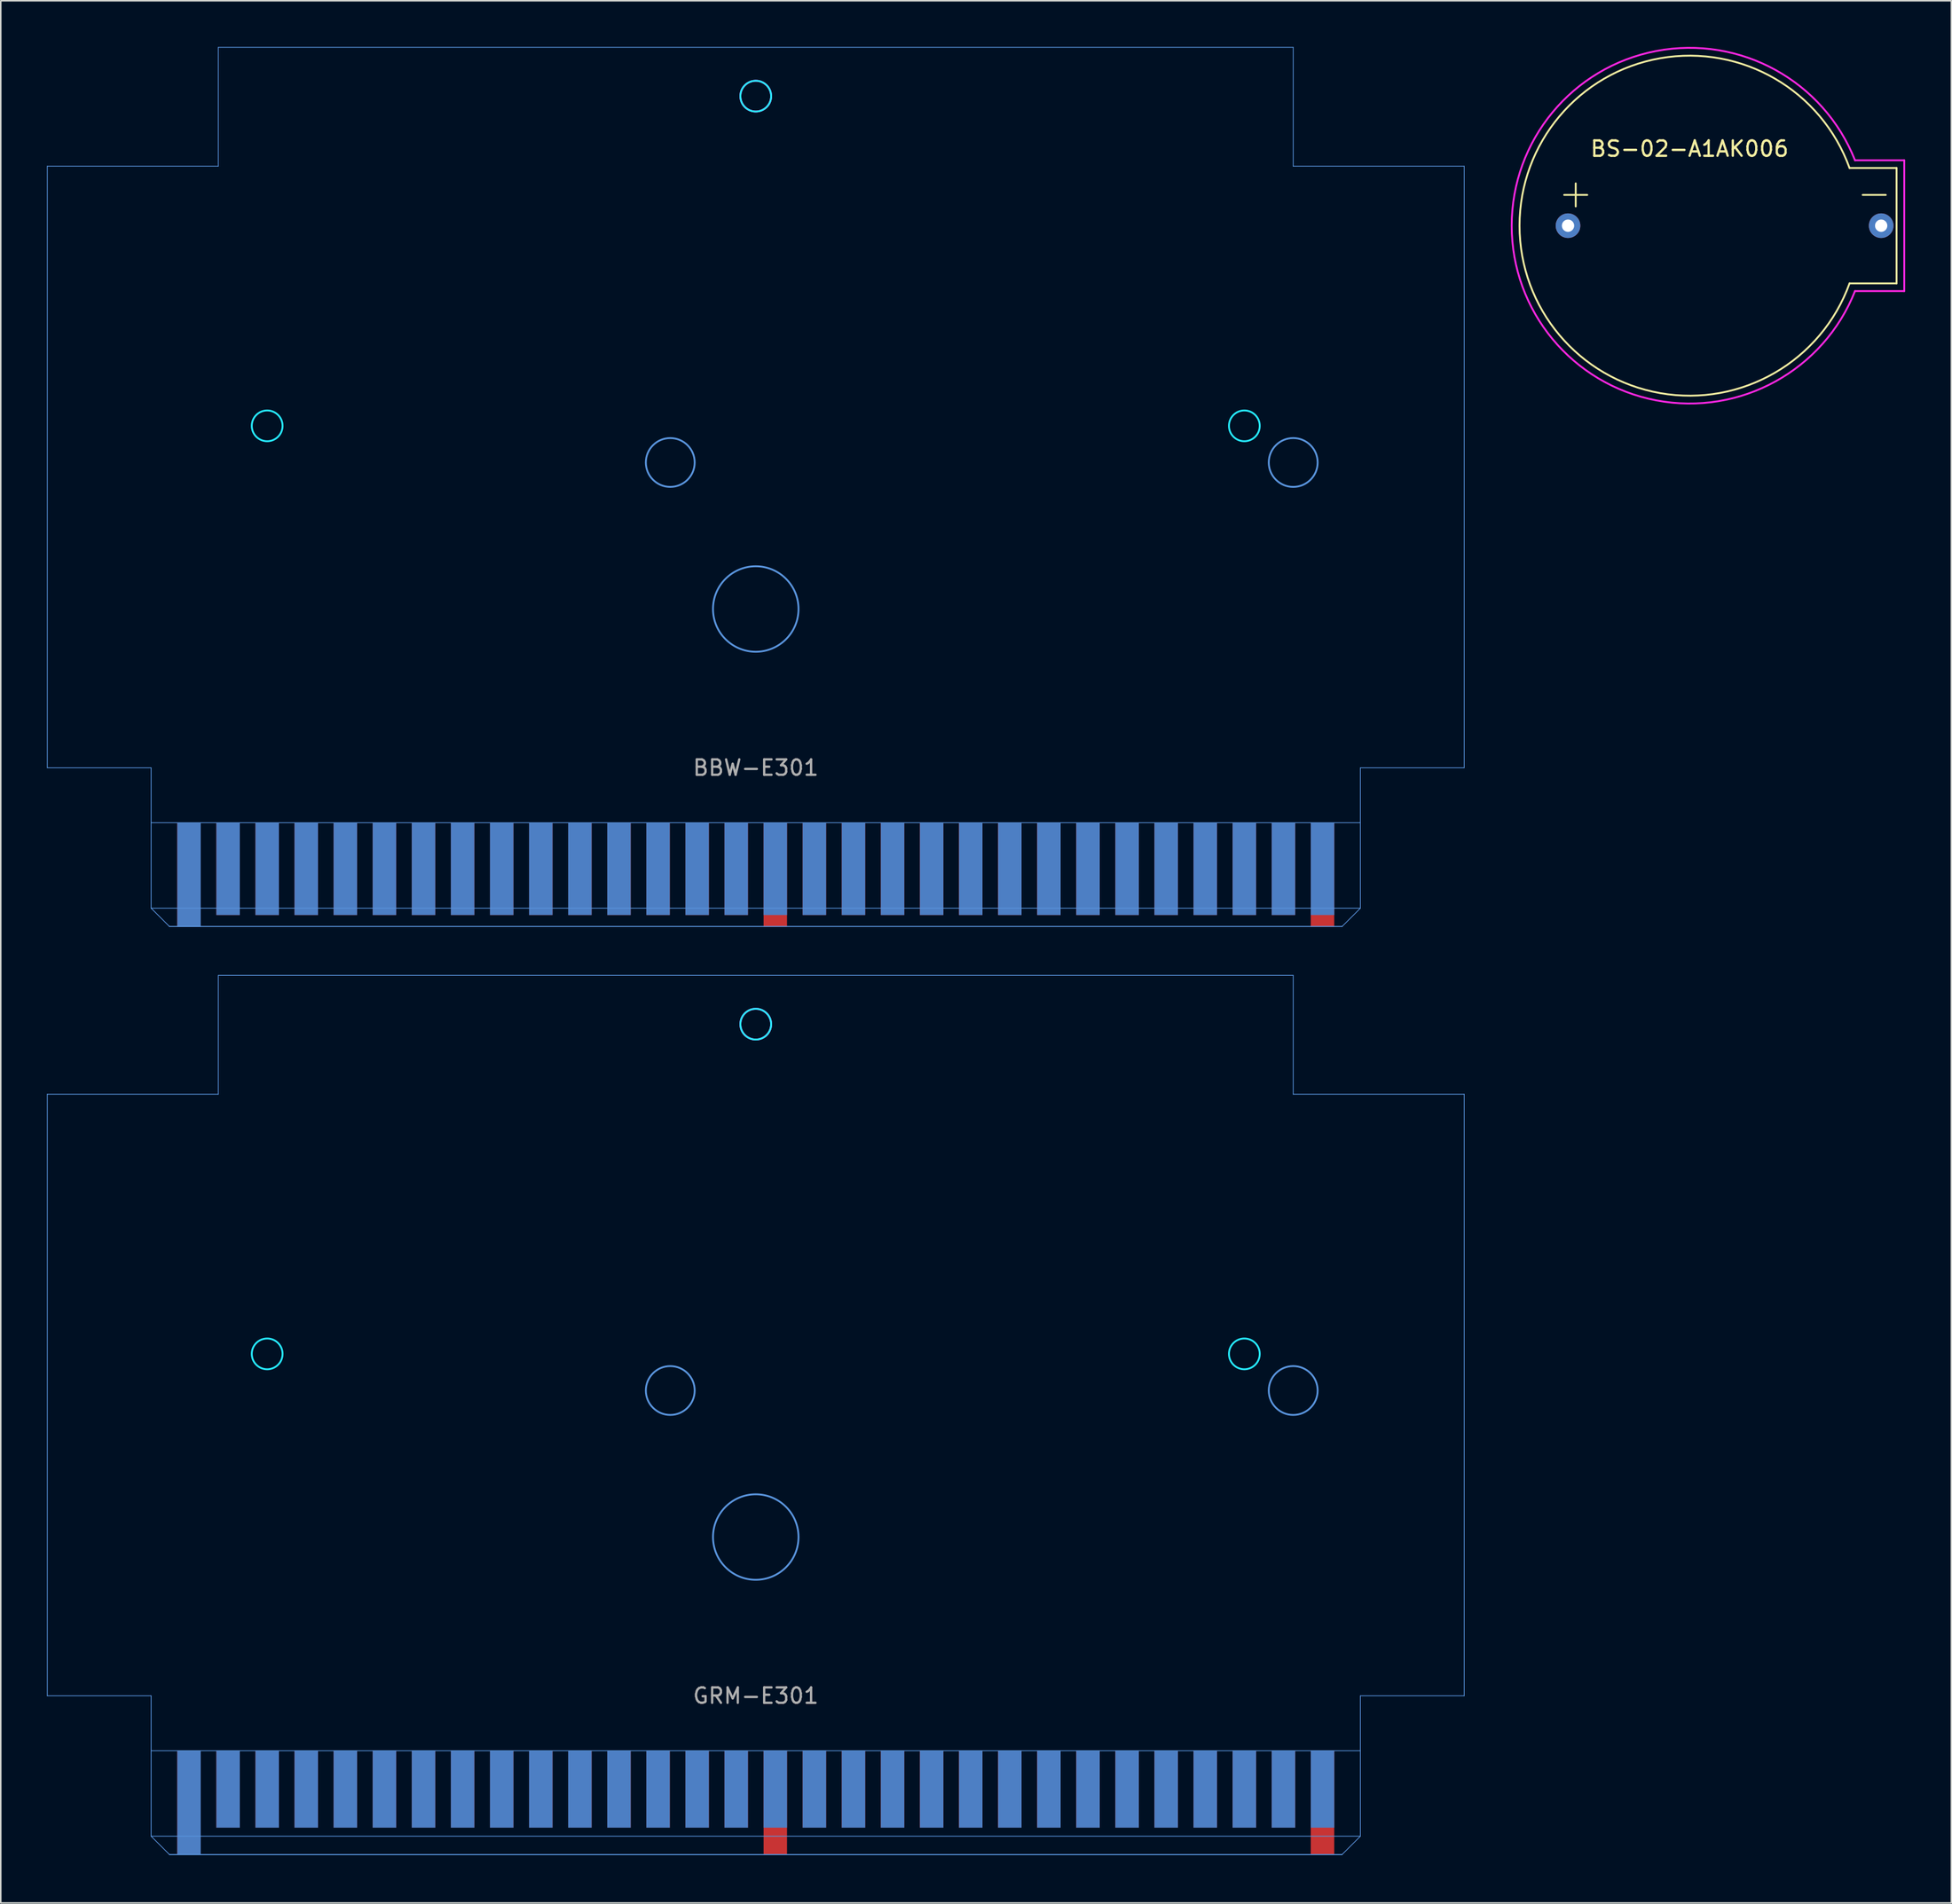
<source format=kicad_pcb>
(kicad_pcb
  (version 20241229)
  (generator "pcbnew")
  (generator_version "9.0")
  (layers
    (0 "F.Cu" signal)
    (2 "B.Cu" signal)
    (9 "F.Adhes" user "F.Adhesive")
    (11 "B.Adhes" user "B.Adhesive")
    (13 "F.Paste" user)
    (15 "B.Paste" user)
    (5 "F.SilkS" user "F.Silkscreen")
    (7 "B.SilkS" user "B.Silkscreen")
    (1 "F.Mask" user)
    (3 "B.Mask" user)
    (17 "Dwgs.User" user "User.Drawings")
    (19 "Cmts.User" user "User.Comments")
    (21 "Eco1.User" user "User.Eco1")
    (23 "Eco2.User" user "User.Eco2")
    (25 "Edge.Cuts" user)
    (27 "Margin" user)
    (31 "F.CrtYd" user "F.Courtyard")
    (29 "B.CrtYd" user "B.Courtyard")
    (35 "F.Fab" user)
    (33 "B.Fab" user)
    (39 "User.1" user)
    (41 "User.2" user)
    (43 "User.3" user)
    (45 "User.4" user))
  (footprint "GRM-E301"
    (layer "F.Cu")
    (at 46.062 107.18)
    (property "Reference" "GRM-E301" (at 0 0 0) (layer "F.Fab") (effects (font (size 1 1) (thickness 0.15))))
    (attr through_hole)
    (fp_poly (pts (xy 39.291 10.319) (xy -39.291 10.319) (xy -39.291 3.572) (xy 39.291 3.572)) (stroke (width 0.298) (type solid)) (fill yes) (layer "F.Mask"))
    (fp_poly (pts (xy 39.291 10.319) (xy -39.291 10.319) (xy -39.291 3.572) (xy 39.291 3.572)) (stroke (width 0.298) (type solid)) (fill yes) (layer "B.Mask"))
    (fp_line (start -46.038 -39.103) (end -34.925 -39.103) (stroke (width 0.05) (type solid)) (layer "Cmts.User"))
    (fp_line (start -46.038 0) (end -46.038 -39.103) (stroke (width 0.05) (type solid)) (layer "Cmts.User"))
    (fp_line (start -46.038 0) (end -39.291 0) (stroke (width 0.05) (type solid)) (layer "Cmts.User"))
    (fp_line (start -39.291 0) (end -39.291 9.128) (stroke (width 0.05) (type solid)) (layer "Cmts.User"))
    (fp_line (start -39.291 3.572) (end 39.291 3.572) (stroke (width 0.05) (type solid)) (layer "Cmts.User"))
    (fp_line (start -39.291 9.128) (end -38.1 10.319) (stroke (width 0.05) (type solid)) (layer "Cmts.User"))
    (fp_line (start -39.291 9.128) (end 39.291 9.128) (stroke (width 0.05) (type solid)) (layer "Cmts.User"))
    (fp_line (start -38.1 10.319) (end 38.1 10.319) (stroke (width 0.05) (type solid)) (layer "Cmts.User"))
    (fp_line (start -38.1 10.319) (end 38.1 10.319) (stroke (width 0.05) (type solid)) (layer "Cmts.User"))
    (fp_line (start -34.925 -46.831) (end -34.925 -39.103) (stroke (width 0.05) (type solid)) (layer "Cmts.User"))
    (fp_line (start 34.925 -46.831) (end -34.925 -46.831) (stroke (width 0.05) (type solid)) (layer "Cmts.User"))
    (fp_line (start 34.925 -46.831) (end 34.925 -39.103) (stroke (width 0.05) (type solid)) (layer "Cmts.User"))
    (fp_line (start 39.291 0) (end 39.291 9.128) (stroke (width 0.05) (type solid)) (layer "Cmts.User"))
    (fp_line (start 39.291 0) (end 46.038 0) (stroke (width 0.05) (type solid)) (layer "Cmts.User"))
    (fp_line (start 39.291 9.128) (end 38.1 10.319) (stroke (width 0.05) (type solid)) (layer "Cmts.User"))
    (fp_line (start 46.038 -39.103) (end 34.925 -39.103) (stroke (width 0.05) (type solid)) (layer "Cmts.User"))
    (fp_line (start 46.038 0) (end 46.038 -39.103) (stroke (width 0.05) (type solid)) (layer "Cmts.User"))
    (fp_circle (center -5.556 -19.844) (end -3.969 -19.844) (stroke (width 0.12) (type solid)) (fill no) (layer "Cmts.User"))
    (fp_circle (center 0 -10.319) (end 2.778 -10.319) (stroke (width 0.12) (type solid)) (fill no) (layer "Cmts.User"))
    (fp_circle (center 34.925 -19.844) (end 36.513 -19.844) (stroke (width 0.12) (type solid)) (fill no) (layer "Cmts.User"))
    (fp_circle (center -31.75 -22.225) (end -30.75 -22.225) (stroke (width 0.12) (type solid)) (fill no) (layer "B.CrtYd"))
    (fp_circle (center 0 -43.656) (end 1 -43.656) (stroke (width 0.12) (type solid)) (fill no) (layer "B.CrtYd"))
    (fp_circle (center 31.75 -22.225) (end 32.75 -22.225) (stroke (width 0.12) (type solid)) (fill no) (layer "B.CrtYd"))
    (fp_circle (center 0 -43.656) (end 1 -43.656) (stroke (width 0.12) (type solid)) (fill no) (layer "F.CrtYd"))
    (fp_text user "" (at 0 0 0) (layer "F.SilkS") (effects (font (size 1.27 1.27) (thickness 0.15))))
    (fp_text user "" (at 0 0 0) (layer "F.SilkS") (effects (font (size 1.27 1.27) (thickness 0.15))))
    (pad "1" connect rect (at -36.83 6.945) (size 1.524 6.747) (layers "F.Cu"))
    (pad "2" connect rect (at -34.29 6.072) (size 1.524 5) (layers "F.Cu"))
    (pad "3" connect rect (at -31.75 6.072) (size 1.524 5) (layers "F.Cu"))
    (pad "4" connect rect (at -29.21 6.072) (size 1.524 5) (layers "F.Cu"))
    (pad "5" connect rect (at -26.67 6.072) (size 1.524 5) (layers "F.Cu"))
    (pad "6" connect rect (at -24.13 6.072) (size 1.524 5) (layers "F.Cu"))
    (pad "7" connect rect (at -21.59 6.072) (size 1.524 5) (layers "F.Cu"))
    (pad "8" connect rect (at -19.05 6.072) (size 1.524 5) (layers "F.Cu"))
    (pad "9" connect rect (at -16.51 6.072) (size 1.524 5) (layers "F.Cu"))
    (pad "10" connect rect (at -13.97 6.072) (size 1.524 5) (layers "F.Cu"))
    (pad "11" connect rect (at -11.43 6.072) (size 1.524 5) (layers "F.Cu"))
    (pad "12" connect rect (at -8.89 6.072) (size 1.524 5) (layers "F.Cu"))
    (pad "13" connect rect (at -6.35 6.072) (size 1.524 5) (layers "F.Cu"))
    (pad "14" connect rect (at -3.81 6.072) (size 1.524 5) (layers "F.Cu"))
    (pad "15" connect rect (at -1.27 6.072) (size 1.524 5) (layers "F.Cu"))
    (pad "16" connect rect (at 1.27 6.945) (size 1.524 6.747) (layers "F.Cu"))
    (pad "17" connect rect (at 3.81 6.072) (size 1.524 5) (layers "F.Cu"))
    (pad "18" connect rect (at 6.35 6.072) (size 1.524 5) (layers "F.Cu"))
    (pad "19" connect rect (at 8.89 6.072) (size 1.524 5) (layers "F.Cu"))
    (pad "20" connect rect (at 11.43 6.072) (size 1.524 5) (layers "F.Cu"))
    (pad "21" connect rect (at 13.97 6.072) (size 1.524 5) (layers "F.Cu"))
    (pad "22" connect rect (at 16.51 6.072) (size 1.524 5) (layers "F.Cu"))
    (pad "23" connect rect (at 19.05 6.072) (size 1.524 5) (layers "F.Cu"))
    (pad "24" connect rect (at 21.59 6.072) (size 1.524 5) (layers "F.Cu"))
    (pad "25" connect rect (at 24.13 6.072) (size 1.524 5) (layers "F.Cu"))
    (pad "26" connect rect (at 26.67 6.072) (size 1.524 5) (layers "F.Cu"))
    (pad "27" connect rect (at 29.21 6.072) (size 1.524 5) (layers "F.Cu"))
    (pad "28" connect rect (at 31.75 6.072) (size 1.524 5) (layers "F.Cu"))
    (pad "29" connect rect (at 34.29 6.072) (size 1.524 5) (layers "F.Cu"))
    (pad "30" connect rect (at 36.83 6.945) (size 1.524 6.747) (layers "F.Cu"))
    (pad "31" connect rect (at -36.83 6.945) (size 1.524 6.747) (layers "B.Cu"))
    (pad "32" connect rect (at -34.29 6.072) (size 1.524 5) (layers "B.Cu"))
    (pad "33" connect rect (at -31.75 6.072) (size 1.524 5) (layers "B.Cu"))
    (pad "34" connect rect (at -29.21 6.072) (size 1.524 5) (layers "B.Cu"))
    (pad "35" connect rect (at -26.67 6.072) (size 1.524 5) (layers "B.Cu"))
    (pad "36" connect rect (at -24.13 6.072) (size 1.524 5) (layers "B.Cu"))
    (pad "37" connect rect (at -21.59 6.072) (size 1.524 5) (layers "B.Cu"))
    (pad "38" connect rect (at -19.05 6.072) (size 1.524 5) (layers "B.Cu"))
    (pad "39" connect rect (at -16.51 6.072) (size 1.524 5) (layers "B.Cu"))
    (pad "40" connect rect (at -13.97 6.072) (size 1.524 5) (layers "B.Cu"))
    (pad "41" connect rect (at -11.43 6.072) (size 1.524 5) (layers "B.Cu"))
    (pad "42" connect rect (at -8.89 6.072) (size 1.524 5) (layers "B.Cu"))
    (pad "43" connect rect (at -6.35 6.072) (size 1.524 5) (layers "B.Cu"))
    (pad "44" connect rect (at -3.81 6.072) (size 1.524 5) (layers "B.Cu"))
    (pad "45" connect rect (at -1.27 6.072) (size 1.524 5) (layers "B.Cu"))
    (pad "46" connect rect (at 1.27 6.072) (size 1.524 5) (layers "B.Cu"))
    (pad "47" connect rect (at 3.81 6.072) (size 1.524 5) (layers "B.Cu"))
    (pad "48" connect rect (at 6.35 6.072) (size 1.524 5) (layers "B.Cu"))
    (pad "49" connect rect (at 8.89 6.072) (size 1.524 5) (layers "B.Cu"))
    (pad "50" connect rect (at 11.43 6.072) (size 1.524 5) (layers "B.Cu"))
    (pad "51" connect rect (at 13.97 6.072) (size 1.524 5) (layers "B.Cu"))
    (pad "52" connect rect (at 16.51 6.072) (size 1.524 5) (layers "B.Cu"))
    (pad "53" connect rect (at 19.05 6.072) (size 1.524 5) (layers "B.Cu"))
    (pad "54" connect rect (at 21.59 6.072) (size 1.524 5) (layers "B.Cu"))
    (pad "55" connect rect (at 24.13 6.072) (size 1.524 5) (layers "B.Cu"))
    (pad "56" connect rect (at 26.67 6.072) (size 1.524 5) (layers "B.Cu"))
    (pad "57" connect rect (at 29.21 6.072) (size 1.524 5) (layers "B.Cu"))
    (pad "58" connect rect (at 31.75 6.072) (size 1.524 5) (layers "B.Cu"))
    (pad "59" connect rect (at 34.29 6.072) (size 1.524 5) (layers "B.Cu"))
    (pad "60" connect rect (at 36.83 6.072) (size 1.524 5) (layers "B.Cu")))
  (footprint "BBW-E301"
    (layer "F.Cu")
    (at 46.062 46.856)
    (property "Reference" "BBW-E301" (at 0 0 0) (layer "F.Fab") (effects (font (size 1 1) (thickness 0.15))))
    (attr through_hole)
    (fp_poly (pts (xy 39.291 10.319) (xy -39.291 10.319) (xy -39.291 3.572) (xy 39.291 3.572)) (stroke (width 0.298) (type solid)) (fill yes) (layer "F.Mask"))
    (fp_poly (pts (xy 39.291 10.319) (xy -39.291 10.319) (xy -39.291 3.572) (xy 39.291 3.572)) (stroke (width 0.298) (type solid)) (fill yes) (layer "B.Mask"))
    (fp_line (start -46.038 -39.103) (end -34.925 -39.103) (stroke (width 0.05) (type solid)) (layer "Cmts.User"))
    (fp_line (start -46.038 0) (end -46.038 -39.103) (stroke (width 0.05) (type solid)) (layer "Cmts.User"))
    (fp_line (start -46.038 0) (end -39.291 0) (stroke (width 0.05) (type solid)) (layer "Cmts.User"))
    (fp_line (start -39.291 0) (end -39.291 9.128) (stroke (width 0.05) (type solid)) (layer "Cmts.User"))
    (fp_line (start -39.291 3.572) (end 39.291 3.572) (stroke (width 0.05) (type solid)) (layer "Cmts.User"))
    (fp_line (start -39.291 9.128) (end -38.1 10.319) (stroke (width 0.05) (type solid)) (layer "Cmts.User"))
    (fp_line (start -39.291 9.128) (end 39.291 9.128) (stroke (width 0.05) (type solid)) (layer "Cmts.User"))
    (fp_line (start -38.1 10.319) (end 38.1 10.319) (stroke (width 0.05) (type solid)) (layer "Cmts.User"))
    (fp_line (start -38.1 10.319) (end 38.1 10.319) (stroke (width 0.05) (type solid)) (layer "Cmts.User"))
    (fp_line (start -34.925 -46.831) (end -34.925 -39.103) (stroke (width 0.05) (type solid)) (layer "Cmts.User"))
    (fp_line (start 34.925 -46.831) (end -34.925 -46.831) (stroke (width 0.05) (type solid)) (layer "Cmts.User"))
    (fp_line (start 34.925 -46.831) (end 34.925 -39.103) (stroke (width 0.05) (type solid)) (layer "Cmts.User"))
    (fp_line (start 39.291 0) (end 39.291 9.128) (stroke (width 0.05) (type solid)) (layer "Cmts.User"))
    (fp_line (start 39.291 0) (end 46.038 0) (stroke (width 0.05) (type solid)) (layer "Cmts.User"))
    (fp_line (start 39.291 9.128) (end 38.1 10.319) (stroke (width 0.05) (type solid)) (layer "Cmts.User"))
    (fp_line (start 46.038 -39.103) (end 34.925 -39.103) (stroke (width 0.05) (type solid)) (layer "Cmts.User"))
    (fp_line (start 46.038 0) (end 46.038 -39.103) (stroke (width 0.05) (type solid)) (layer "Cmts.User"))
    (fp_circle (center -5.556 -19.844) (end -3.969 -19.844) (stroke (width 0.12) (type solid)) (fill no) (layer "Cmts.User"))
    (fp_circle (center 0 -10.319) (end 2.778 -10.319) (stroke (width 0.12) (type solid)) (fill no) (layer "Cmts.User"))
    (fp_circle (center 34.925 -19.844) (end 36.513 -19.844) (stroke (width 0.12) (type solid)) (fill no) (layer "Cmts.User"))
    (fp_circle (center -31.75 -22.225) (end -30.75 -22.225) (stroke (width 0.12) (type solid)) (fill no) (layer "B.CrtYd"))
    (fp_circle (center 0 -43.656) (end 1 -43.656) (stroke (width 0.12) (type solid)) (fill no) (layer "B.CrtYd"))
    (fp_circle (center 31.75 -22.225) (end 32.75 -22.225) (stroke (width 0.12) (type solid)) (fill no) (layer "B.CrtYd"))
    (fp_circle (center 0 -43.656) (end 1 -43.656) (stroke (width 0.12) (type solid)) (fill no) (layer "F.CrtYd"))
    (fp_text user "" (at 0 0 0) (layer "F.SilkS") (effects (font (size 1.27 1.27) (thickness 0.15))))
    (fp_text user "" (at 0 0 0) (layer "F.SilkS") (effects (font (size 1.27 1.27) (thickness 0.15))))
    (pad "1" connect rect (at -36.83 6.945) (size 1.524 6.747) (layers "F.Cu"))
    (pad "2" connect rect (at -34.29 6.572) (size 1.524 6) (layers "F.Cu"))
    (pad "3" connect rect (at -31.75 6.572) (size 1.524 6) (layers "F.Cu"))
    (pad "4" connect rect (at -29.21 6.572) (size 1.524 6) (layers "F.Cu"))
    (pad "5" connect rect (at -26.67 6.572) (size 1.524 6) (layers "F.Cu"))
    (pad "6" connect rect (at -24.13 6.572) (size 1.524 6) (layers "F.Cu"))
    (pad "7" connect rect (at -21.59 6.572) (size 1.524 6) (layers "F.Cu"))
    (pad "8" connect rect (at -19.05 6.572) (size 1.524 6) (layers "F.Cu"))
    (pad "9" connect rect (at -16.51 6.572) (size 1.524 6) (layers "F.Cu"))
    (pad "10" connect rect (at -13.97 6.572) (size 1.524 6) (layers "F.Cu"))
    (pad "11" connect rect (at -11.43 6.572) (size 1.524 6) (layers "F.Cu"))
    (pad "12" connect rect (at -8.89 6.572) (size 1.524 6) (layers "F.Cu"))
    (pad "13" connect rect (at -6.35 6.572) (size 1.524 6) (layers "F.Cu"))
    (pad "14" connect rect (at -3.81 6.572) (size 1.524 6) (layers "F.Cu"))
    (pad "15" connect rect (at -1.27 6.572) (size 1.524 6) (layers "F.Cu"))
    (pad "16" connect rect (at 1.27 6.945) (size 1.524 6.747) (layers "F.Cu"))
    (pad "17" connect rect (at 3.81 6.572) (size 1.524 6) (layers "F.Cu"))
    (pad "18" connect rect (at 6.35 6.572) (size 1.524 6) (layers "F.Cu"))
    (pad "19" connect rect (at 8.89 6.572) (size 1.524 6) (layers "F.Cu"))
    (pad "20" connect rect (at 11.43 6.572) (size 1.524 6) (layers "F.Cu"))
    (pad "21" connect rect (at 13.97 6.572) (size 1.524 6) (layers "F.Cu"))
    (pad "22" connect rect (at 16.51 6.572) (size 1.524 6) (layers "F.Cu"))
    (pad "23" connect rect (at 19.05 6.572) (size 1.524 6) (layers "F.Cu"))
    (pad "24" connect rect (at 21.59 6.572) (size 1.524 6) (layers "F.Cu"))
    (pad "25" connect rect (at 24.13 6.572) (size 1.524 6) (layers "F.Cu"))
    (pad "26" connect rect (at 26.67 6.572) (size 1.524 6) (layers "F.Cu"))
    (pad "27" connect rect (at 29.21 6.572) (size 1.524 6) (layers "F.Cu"))
    (pad "28" connect rect (at 31.75 6.572) (size 1.524 6) (layers "F.Cu"))
    (pad "29" connect rect (at 34.29 6.572) (size 1.524 6) (layers "F.Cu"))
    (pad "30" connect rect (at 36.83 6.945) (size 1.524 6.747) (layers "F.Cu"))
    (pad "31" connect rect (at -36.83 6.945) (size 1.524 6.747) (layers "B.Cu"))
    (pad "32" connect rect (at -34.29 6.572) (size 1.524 6) (layers "B.Cu"))
    (pad "33" connect rect (at -31.75 6.572) (size 1.524 6) (layers "B.Cu"))
    (pad "34" connect rect (at -29.21 6.572) (size 1.524 6) (layers "B.Cu"))
    (pad "35" connect rect (at -26.67 6.572) (size 1.524 6) (layers "B.Cu"))
    (pad "36" connect rect (at -24.13 6.572) (size 1.524 6) (layers "B.Cu"))
    (pad "37" connect rect (at -21.59 6.572) (size 1.524 6) (layers "B.Cu"))
    (pad "38" connect rect (at -19.05 6.572) (size 1.524 6) (layers "B.Cu"))
    (pad "39" connect rect (at -16.51 6.572) (size 1.524 6) (layers "B.Cu"))
    (pad "40" connect rect (at -13.97 6.572) (size 1.524 6) (layers "B.Cu"))
    (pad "41" connect rect (at -11.43 6.572) (size 1.524 6) (layers "B.Cu"))
    (pad "42" connect rect (at -8.89 6.572) (size 1.524 6) (layers "B.Cu"))
    (pad "43" connect rect (at -6.35 6.572) (size 1.524 6) (layers "B.Cu"))
    (pad "44" connect rect (at -3.81 6.572) (size 1.524 6) (layers "B.Cu"))
    (pad "45" connect rect (at -1.27 6.572) (size 1.524 6) (layers "B.Cu"))
    (pad "46" connect rect (at 1.27 6.572) (size 1.524 6) (layers "B.Cu"))
    (pad "47" connect rect (at 3.81 6.572) (size 1.524 6) (layers "B.Cu"))
    (pad "48" connect rect (at 6.35 6.572) (size 1.524 6) (layers "B.Cu"))
    (pad "49" connect rect (at 8.89 6.572) (size 1.524 6) (layers "B.Cu"))
    (pad "50" connect rect (at 11.43 6.572) (size 1.524 6) (layers "B.Cu"))
    (pad "51" connect rect (at 13.97 6.572) (size 1.524 6) (layers "B.Cu"))
    (pad "52" connect rect (at 16.51 6.572) (size 1.524 6) (layers "B.Cu"))
    (pad "53" connect rect (at 19.05 6.572) (size 1.524 6) (layers "B.Cu"))
    (pad "54" connect rect (at 21.59 6.572) (size 1.524 6) (layers "B.Cu"))
    (pad "55" connect rect (at 24.13 6.572) (size 1.524 6) (layers "B.Cu"))
    (pad "56" connect rect (at 26.67 6.572) (size 1.524 6) (layers "B.Cu"))
    (pad "57" connect rect (at 29.21 6.572) (size 1.524 6) (layers "B.Cu"))
    (pad "58" connect rect (at 31.75 6.572) (size 1.524 6) (layers "B.Cu"))
    (pad "59" connect rect (at 34.29 6.572) (size 1.524 6) (layers "B.Cu"))
    (pad "60" connect rect (at 36.83 6.572) (size 1.524 6) (layers "B.Cu")))
  (footprint "BS-02-A1AK006"
    (layer "F.Cu")
    (at 106.745 11.62)
    (property "Reference" "BS-02-A1AK006" (at 0 -5 0) (layer "F.SilkS") (effects (font (size 1 1) (thickness 0.15))))
    (attr through_hole)
    (fp_line (start -7.4 -1.25) (end -7.4 -2.75) (stroke (width 0.12) (type solid)) (layer "F.SilkS"))
    (fp_line (start -6.65 -2) (end -8.15 -2) (stroke (width 0.12) (type solid)) (layer "F.SilkS"))
    (fp_line (start 12.75 -2) (end 11.25 -2) (stroke (width 0.12) (type solid)) (layer "F.SilkS"))
    (fp_line (start 13.45 -3.75) (end 10.394 -3.75) (stroke (width 0.12) (type solid)) (layer "F.SilkS"))
    (fp_line (start 13.45 -3.75) (end 13.45 3.75) (stroke (width 0.12) (type solid)) (layer "F.SilkS"))
    (fp_line (start 13.45 3.75) (end 10.394 3.75) (stroke (width 0.12) (type solid)) (layer "F.SilkS"))
    (fp_arc (start 10.394199 3.75) (mid -11.049972 0) (end 10.394199 -3.749999) (stroke (width 0.12) (type solid)) (layer "F.SilkS"))
    (fp_line (start 13.95 -4.25) (end 10.75 -4.25) (stroke (width 0.12) (type solid)) (layer "F.CrtYd"))
    (fp_line (start 13.95 -4.25) (end 13.95 4.25) (stroke (width 0.12) (type solid)) (layer "F.CrtYd"))
    (fp_line (start 13.95 4.25) (end 10.75 4.25) (stroke (width 0.12) (type solid)) (layer "F.CrtYd"))
    (fp_arc (start 10.749999 4.25) (mid -11.559627 0) (end 10.749999 -4.249999) (stroke (width 0.12) (type solid)) (layer "F.CrtYd"))
    (pad "1" thru_hole circle (at -7.9 0) (size 1.6 1.6) (drill 0.8) (layers "*.Cu" "*.Mask"))
    (pad "2" thru_hole circle (at 12.45 0) (size 1.6 1.6) (drill 0.8) (layers "*.Cu" "*.Mask")))
  (gr_rect
    (start -3 -3)
    (end 123.755 120.648)
    (stroke (width 0.1) (type default))
    (fill no)
    (layer "Edge.Cuts")))
</source>
